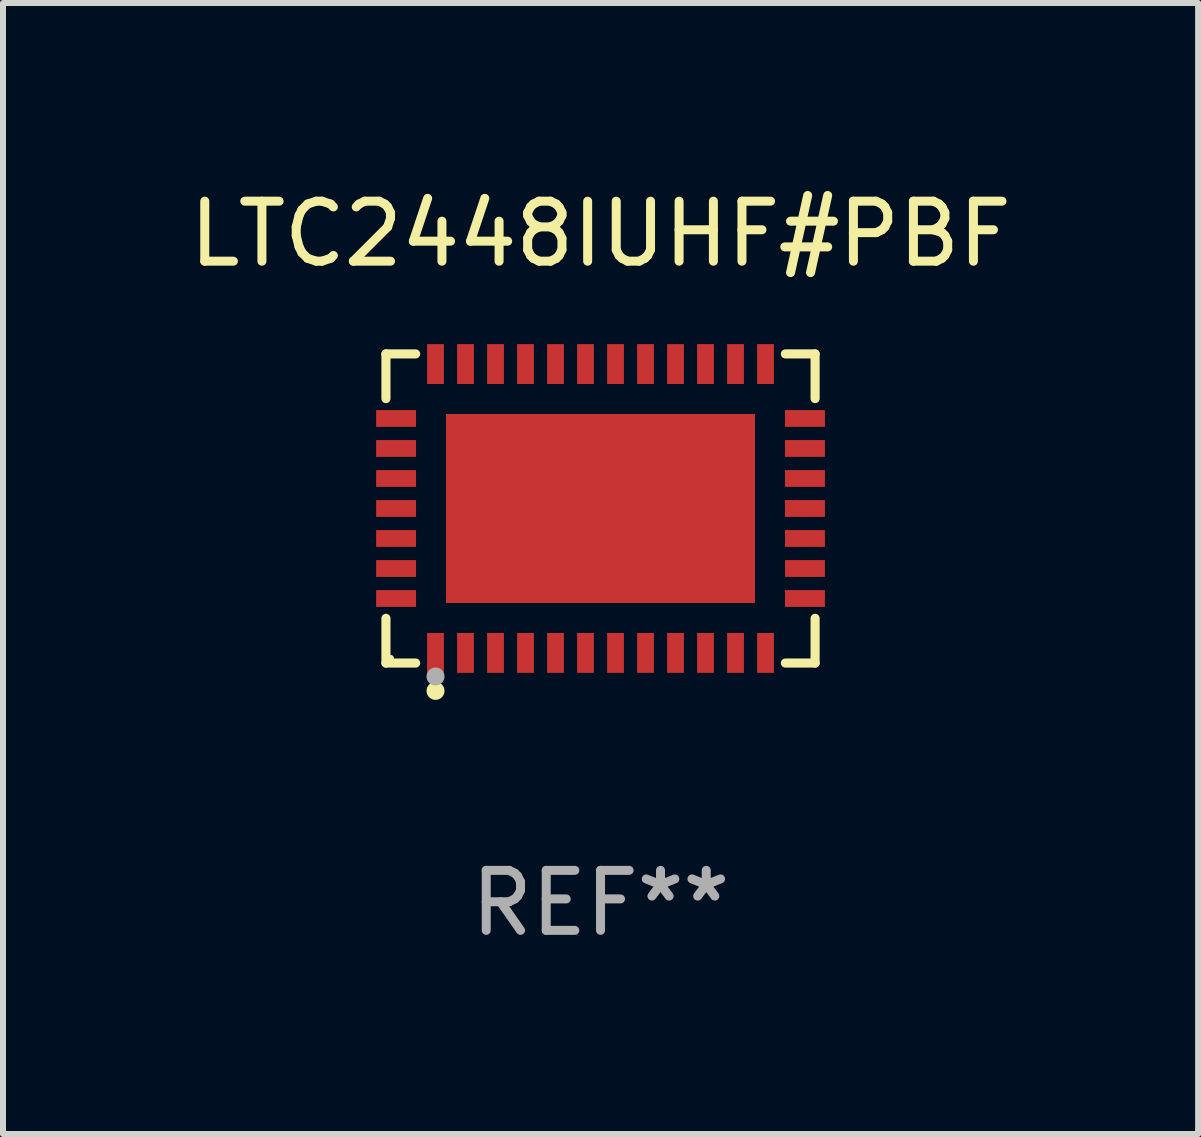
<source format=kicad_pcb>
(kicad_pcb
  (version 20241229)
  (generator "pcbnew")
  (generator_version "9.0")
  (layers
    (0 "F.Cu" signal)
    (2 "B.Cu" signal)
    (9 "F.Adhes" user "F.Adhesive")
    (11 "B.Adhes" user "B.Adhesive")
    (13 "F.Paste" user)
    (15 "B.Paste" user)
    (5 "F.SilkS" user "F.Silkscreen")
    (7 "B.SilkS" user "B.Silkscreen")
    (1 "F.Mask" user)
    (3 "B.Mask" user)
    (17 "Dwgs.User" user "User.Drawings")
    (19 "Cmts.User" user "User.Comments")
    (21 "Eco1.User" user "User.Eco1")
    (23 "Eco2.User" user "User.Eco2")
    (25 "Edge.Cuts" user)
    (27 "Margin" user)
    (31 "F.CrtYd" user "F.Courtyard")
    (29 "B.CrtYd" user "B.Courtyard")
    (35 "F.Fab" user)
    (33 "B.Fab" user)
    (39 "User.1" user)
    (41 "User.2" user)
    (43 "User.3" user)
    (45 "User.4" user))
  (footprint "LTC2448IUHF#PBF"
    (layer "F.Cu")
    (at 6.958 5.424)
    (property "Reference" "LTC2448IUHF#PBF" (at 0 -4.576 0) (layer "F.SilkS") (effects (font (size 1 1) (thickness 0.15))))
    (attr through_hole)
    (fp_line (start -3.576 -2.576) (end -3.081 -2.576) (stroke (width 0.152) (type solid)) (layer "F.SilkS"))
    (fp_line (start -3.576 -1.831) (end -3.576 -2.576) (stroke (width 0.152) (type solid)) (layer "F.SilkS"))
    (fp_line (start -3.576 1.831) (end -3.576 2.576) (stroke (width 0.152) (type solid)) (layer "F.SilkS"))
    (fp_line (start -3.576 2.576) (end -3.081 2.576) (stroke (width 0.152) (type solid)) (layer "F.SilkS"))
    (fp_line (start 3.576 -2.576) (end 3.081 -2.576) (stroke (width 0.152) (type solid)) (layer "F.SilkS"))
    (fp_line (start 3.576 -1.831) (end 3.576 -2.576) (stroke (width 0.152) (type solid)) (layer "F.SilkS"))
    (fp_line (start 3.576 1.831) (end 3.576 2.576) (stroke (width 0.152) (type solid)) (layer "F.SilkS"))
    (fp_line (start 3.576 2.576) (end 3.081 2.576) (stroke (width 0.152) (type solid)) (layer "F.SilkS"))
    (fp_circle (center -3.5 2.5) (end -3.47 2.5) (stroke (width 0.06) (type solid)) (fill no) (layer "F.SilkS"))
    (fp_circle (center -2.75 3.04) (end -2.675 3.04) (stroke (width 0.15) (type solid)) (fill no) (layer "F.SilkS"))
    (fp_circle (center -2.75 2.8) (end -2.675 2.8) (stroke (width 0.15) (type solid)) (fill no) (layer "F.Fab"))
    (fp_text user "REF**" (at 0 6.576 0) (layer "F.Fab") (effects (font (size 1 1) (thickness 0.15))))
    (pad "1" smd rect (at -2.75 2.407) (size 0.28 0.665) (layers "F.Cu" "F.Mask" "F.Paste"))
    (pad "2" smd rect (at -2.25 2.407) (size 0.28 0.665) (layers "F.Cu" "F.Mask" "F.Paste"))
    (pad "3" smd rect (at -1.75 2.407) (size 0.28 0.665) (layers "F.Cu" "F.Mask" "F.Paste"))
    (pad "4" smd rect (at -1.25 2.407) (size 0.28 0.665) (layers "F.Cu" "F.Mask" "F.Paste"))
    (pad "5" smd rect (at -0.75 2.407) (size 0.28 0.665) (layers "F.Cu" "F.Mask" "F.Paste"))
    (pad "6" smd rect (at -0.25 2.407) (size 0.28 0.665) (layers "F.Cu" "F.Mask" "F.Paste"))
    (pad "7" smd rect (at 0.25 2.407) (size 0.28 0.665) (layers "F.Cu" "F.Mask" "F.Paste"))
    (pad "8" smd rect (at 0.75 2.407) (size 0.28 0.665) (layers "F.Cu" "F.Mask" "F.Paste"))
    (pad "9" smd rect (at 1.25 2.407) (size 0.28 0.665) (layers "F.Cu" "F.Mask" "F.Paste"))
    (pad "10" smd rect (at 1.75 2.407) (size 0.28 0.665) (layers "F.Cu" "F.Mask" "F.Paste"))
    (pad "11" smd rect (at 2.25 2.407) (size 0.28 0.665) (layers "F.Cu" "F.Mask" "F.Paste"))
    (pad "12" smd rect (at 2.75 2.407) (size 0.28 0.665) (layers "F.Cu" "F.Mask" "F.Paste"))
    (pad "13" smd rect (at 3.407 1.5) (size 0.665 0.28) (layers "F.Cu" "F.Mask" "F.Paste"))
    (pad "14" smd rect (at 3.407 1) (size 0.665 0.28) (layers "F.Cu" "F.Mask" "F.Paste"))
    (pad "15" smd rect (at 3.407 0.5) (size 0.665 0.28) (layers "F.Cu" "F.Mask" "F.Paste"))
    (pad "16" smd rect (at 3.407 0) (size 0.665 0.28) (layers "F.Cu" "F.Mask" "F.Paste"))
    (pad "17" smd rect (at 3.407 -0.5) (size 0.665 0.28) (layers "F.Cu" "F.Mask" "F.Paste"))
    (pad "18" smd rect (at 3.407 -1) (size 0.665 0.28) (layers "F.Cu" "F.Mask" "F.Paste"))
    (pad "19" smd rect (at 3.407 -1.5) (size 0.665 0.28) (layers "F.Cu" "F.Mask" "F.Paste"))
    (pad "20" smd rect (at 2.75 -2.407) (size 0.28 0.665) (layers "F.Cu" "F.Mask" "F.Paste"))
    (pad "21" smd rect (at 2.25 -2.407) (size 0.28 0.665) (layers "F.Cu" "F.Mask" "F.Paste"))
    (pad "22" smd rect (at 1.75 -2.407) (size 0.28 0.665) (layers "F.Cu" "F.Mask" "F.Paste"))
    (pad "23" smd rect (at 1.25 -2.407) (size 0.28 0.665) (layers "F.Cu" "F.Mask" "F.Paste"))
    (pad "24" smd rect (at 0.75 -2.407) (size 0.28 0.665) (layers "F.Cu" "F.Mask" "F.Paste"))
    (pad "25" smd rect (at 0.25 -2.407) (size 0.28 0.665) (layers "F.Cu" "F.Mask" "F.Paste"))
    (pad "26" smd rect (at -0.25 -2.407) (size 0.28 0.665) (layers "F.Cu" "F.Mask" "F.Paste"))
    (pad "27" smd rect (at -0.75 -2.407) (size 0.28 0.665) (layers "F.Cu" "F.Mask" "F.Paste"))
    (pad "28" smd rect (at -1.25 -2.407) (size 0.28 0.665) (layers "F.Cu" "F.Mask" "F.Paste"))
    (pad "29" smd rect (at -1.75 -2.407) (size 0.28 0.665) (layers "F.Cu" "F.Mask" "F.Paste"))
    (pad "30" smd rect (at -2.25 -2.407) (size 0.28 0.665) (layers "F.Cu" "F.Mask" "F.Paste"))
    (pad "31" smd rect (at -2.75 -2.407) (size 0.28 0.665) (layers "F.Cu" "F.Mask" "F.Paste"))
    (pad "32" smd rect (at -3.407 -1.5) (size 0.665 0.28) (layers "F.Cu" "F.Mask" "F.Paste"))
    (pad "33" smd rect (at -3.407 -1) (size 0.665 0.28) (layers "F.Cu" "F.Mask" "F.Paste"))
    (pad "34" smd rect (at -3.407 -0.5) (size 0.665 0.28) (layers "F.Cu" "F.Mask" "F.Paste"))
    (pad "35" smd rect (at -3.407 0) (size 0.665 0.28) (layers "F.Cu" "F.Mask" "F.Paste"))
    (pad "36" smd rect (at -3.407 0.5) (size 0.665 0.28) (layers "F.Cu" "F.Mask" "F.Paste"))
    (pad "37" smd rect (at -3.407 1) (size 0.665 0.28) (layers "F.Cu" "F.Mask" "F.Paste"))
    (pad "38" smd rect (at -3.407 1.5) (size 0.665 0.28) (layers "F.Cu" "F.Mask" "F.Paste"))
    (pad "39" smd rect (at 0 0) (size 5.15 3.15) (layers "F.Cu" "F.Mask" "F.Paste")))
  (gr_rect
    (start -3 -3)
    (end 16.917 15.849)
    (stroke (width 0.1) (type default))
    (fill no)
    (layer "Edge.Cuts")))
</source>
